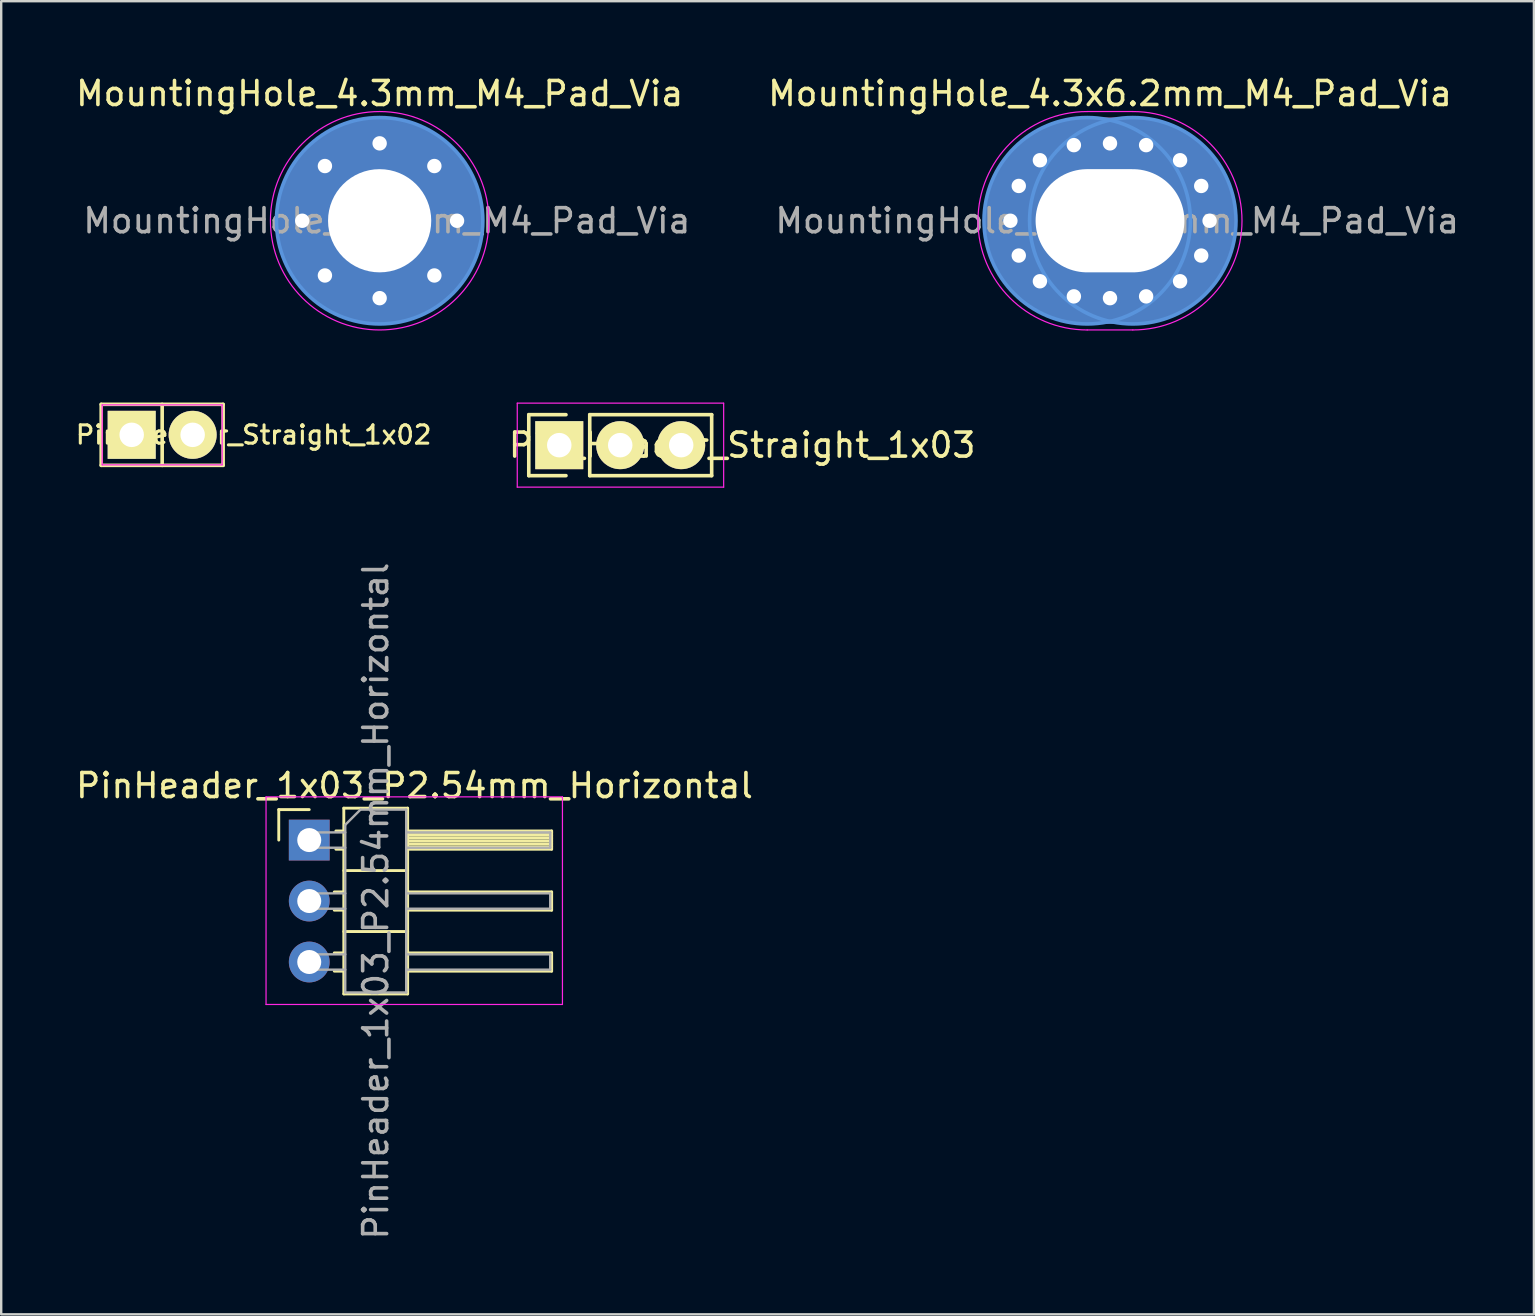
<source format=kicad_pcb>
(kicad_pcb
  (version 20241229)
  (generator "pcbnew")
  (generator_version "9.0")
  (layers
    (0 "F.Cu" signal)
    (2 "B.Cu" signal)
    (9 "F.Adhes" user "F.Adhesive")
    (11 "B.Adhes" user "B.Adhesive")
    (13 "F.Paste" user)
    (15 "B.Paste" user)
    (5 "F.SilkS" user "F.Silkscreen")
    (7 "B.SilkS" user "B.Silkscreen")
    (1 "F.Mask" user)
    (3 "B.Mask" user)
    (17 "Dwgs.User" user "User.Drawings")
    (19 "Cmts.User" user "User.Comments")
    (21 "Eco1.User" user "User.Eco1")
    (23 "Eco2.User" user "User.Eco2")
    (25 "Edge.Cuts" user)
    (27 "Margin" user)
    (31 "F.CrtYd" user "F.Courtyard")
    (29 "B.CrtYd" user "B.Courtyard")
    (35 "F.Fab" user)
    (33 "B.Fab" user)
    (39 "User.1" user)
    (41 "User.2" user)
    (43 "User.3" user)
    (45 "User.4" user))
  (footprint "MountingHole_4.3x6.2mm_M4_Pad_Via"
    (layer "F.Cu")
    (at 43.199 6.148)
    (property "Reference" "MountingHole_4.3x6.2mm_M4_Pad_Via" (at 0 -5.3 0) (layer "F.SilkS") (effects (font (size 1 1) (thickness 0.15))))
    (attr exclude_from_pos_files exclude_from_bom)
    (fp_circle (center -0.95 0) (end 3.35 0) (stroke (width 0.15) (type solid)) (fill no) (layer "Cmts.User"))
    (fp_circle (center 0.95 0) (end 5.25 0) (stroke (width 0.15) (type solid)) (fill no) (layer "Cmts.User"))
    (fp_line (start -0.95 -4.55) (end 0.95 -4.55) (stroke (width 0.05) (type solid)) (layer "F.CrtYd"))
    (fp_line (start 0.95 4.55) (end -0.95 4.55) (stroke (width 0.05) (type solid)) (layer "F.CrtYd"))
    (fp_arc (start -0.95 4.55) (mid -5.5 0) (end -0.95 -4.55) (stroke (width 0.05) (type solid)) (layer "F.CrtYd"))
    (fp_arc (start 0.95 -4.55) (mid 5.5 0) (end 0.95 4.55) (stroke (width 0.05) (type solid)) (layer "F.CrtYd"))
    (fp_text user "${REFERENCE}" (at 0.3 0 0) (layer "F.Fab") (effects (font (size 1 1) (thickness 0.15))))
    (pad "1" thru_hole circle (at -4.15 0) (size 0.9 0.9) (drill 0.6) (layers "*.Cu" "*.Mask"))
    (pad "1" thru_hole circle (at -3.801 -1.45) (size 0.9 0.9) (drill 0.6) (layers "*.Cu" "*.Mask"))
    (pad "1" thru_hole circle (at -3.801 1.45) (size 0.9 0.9) (drill 0.6) (layers "*.Cu" "*.Mask"))
    (pad "1" thru_hole circle (at -2.92 -2.521) (size 0.9 0.9) (drill 0.6) (layers "*.Cu" "*.Mask"))
    (pad "1" thru_hole circle (at -2.92 2.521) (size 0.9 0.9) (drill 0.6) (layers "*.Cu" "*.Mask"))
    (pad "1" thru_hole circle (at -1.505 -3.151) (size 0.9 0.9) (drill 0.6) (layers "*.Cu" "*.Mask"))
    (pad "1" thru_hole circle (at -1.505 3.151) (size 0.9 0.9) (drill 0.6) (layers "*.Cu" "*.Mask"))
    (pad "1" thru_hole circle (at 0 -3.225) (size 0.9 0.9) (drill 0.6) (layers "*.Cu" "*.Mask"))
    (pad "1" thru_hole oval (at 0 0) (size 10.4 8.6) (drill oval 6.2 4.3) (layers "*.Cu" "*.Mask"))
    (pad "1" thru_hole circle (at 0 3.225) (size 0.9 0.9) (drill 0.6) (layers "*.Cu" "*.Mask"))
    (pad "1" thru_hole circle (at 1.505 -3.151) (size 0.9 0.9) (drill 0.6) (layers "*.Cu" "*.Mask"))
    (pad "1" thru_hole circle (at 1.505 3.151) (size 0.9 0.9) (drill 0.6) (layers "*.Cu" "*.Mask"))
    (pad "1" thru_hole circle (at 2.92 -2.521) (size 0.9 0.9) (drill 0.6) (layers "*.Cu" "*.Mask"))
    (pad "1" thru_hole circle (at 2.92 2.521) (size 0.9 0.9) (drill 0.6) (layers "*.Cu" "*.Mask"))
    (pad "1" thru_hole circle (at 3.801 -1.45) (size 0.9 0.9) (drill 0.6) (layers "*.Cu" "*.Mask"))
    (pad "1" thru_hole circle (at 3.801 1.45) (size 0.9 0.9) (drill 0.6) (layers "*.Cu" "*.Mask"))
    (pad "1" thru_hole circle (at 4.15 0) (size 0.9 0.9) (drill 0.6) (layers "*.Cu" "*.Mask")))
  (footprint "Pin_Header_Straight_1x03"
    (layer "F.Cu")
    (at 22.792 15.498)
    (property "Reference" "Pin_Header_Straight_1x03" (at 5.08 0 0) (layer "F.SilkS") (effects (font (size 1 1) (thickness 0.15))))
    (attr through_hole)
    (fp_line (start -3.81 -1.27) (end -2.26 -1.27) (stroke (width 0.15) (type solid)) (layer "F.SilkS"))
    (fp_line (start -3.81 1.27) (end -3.81 -1.27) (stroke (width 0.15) (type solid)) (layer "F.SilkS"))
    (fp_line (start -2.26 1.27) (end -3.81 1.27) (stroke (width 0.15) (type solid)) (layer "F.SilkS"))
    (fp_line (start -1.27 -1.27) (end -1.27 1.27) (stroke (width 0.15) (type solid)) (layer "F.SilkS"))
    (fp_line (start -1.27 1.27) (end 3.81 1.27) (stroke (width 0.15) (type solid)) (layer "F.SilkS"))
    (fp_line (start 3.81 -1.27) (end -1.27 -1.27) (stroke (width 0.15) (type solid)) (layer "F.SilkS"))
    (fp_line (start 3.81 1.27) (end 3.81 -1.27) (stroke (width 0.15) (type solid)) (layer "F.SilkS"))
    (fp_line (start -4.29 -1.75) (end 4.31 -1.75) (stroke (width 0.05) (type solid)) (layer "F.CrtYd"))
    (fp_line (start -4.29 1.75) (end -4.29 -1.75) (stroke (width 0.05) (type solid)) (layer "F.CrtYd"))
    (fp_line (start -4.29 1.75) (end 4.31 1.75) (stroke (width 0.05) (type solid)) (layer "F.CrtYd"))
    (fp_line (start 4.31 1.75) (end 4.31 -1.75) (stroke (width 0.05) (type solid)) (layer "F.CrtYd"))
    (pad "1" thru_hole rect (at -2.54 0 90) (size 2 2) (drill 1.02) (layers "*.Cu" "*.Mask" "F.SilkS"))
    (pad "2" thru_hole circle (at 0 0 90) (size 2 2) (drill 1.02) (layers "*.Cu" "*.Mask" "F.SilkS"))
    (pad "3" thru_hole circle (at 2.54 0 90) (size 2 2) (drill 1.02) (layers "*.Cu" "*.Mask" "F.SilkS")))
  (footprint "MountingHole_4.3mm_M4_Pad_Via"
    (layer "F.Cu")
    (at 12.768 6.148)
    (property "Reference" "MountingHole_4.3mm_M4_Pad_Via" (at 0 -5.3 0) (layer "F.SilkS") (effects (font (size 1 1) (thickness 0.15))))
    (attr exclude_from_pos_files exclude_from_bom)
    (fp_circle (center 0 0) (end 4.3 0) (stroke (width 0.15) (type solid)) (fill no) (layer "Cmts.User"))
    (fp_circle (center 0 0) (end 4.55 0) (stroke (width 0.05) (type solid)) (fill no) (layer "F.CrtYd"))
    (fp_text user "${REFERENCE}" (at 0.3 0 0) (layer "F.Fab") (effects (font (size 1 1) (thickness 0.15))))
    (pad "1" thru_hole circle (at -3.225 0) (size 0.9 0.9) (drill 0.6) (layers "*.Cu" "*.Mask"))
    (pad "1" thru_hole circle (at -2.28 -2.28) (size 0.9 0.9) (drill 0.6) (layers "*.Cu" "*.Mask"))
    (pad "1" thru_hole circle (at -2.28 2.28) (size 0.9 0.9) (drill 0.6) (layers "*.Cu" "*.Mask"))
    (pad "1" thru_hole circle (at 0 -3.225) (size 0.9 0.9) (drill 0.6) (layers "*.Cu" "*.Mask"))
    (pad "1" thru_hole circle (at 0 0) (size 8.6 8.6) (drill 4.3) (layers "*.Cu" "*.Mask"))
    (pad "1" thru_hole circle (at 0 3.225) (size 0.9 0.9) (drill 0.6) (layers "*.Cu" "*.Mask"))
    (pad "1" thru_hole circle (at 2.28 -2.28) (size 0.9 0.9) (drill 0.6) (layers "*.Cu" "*.Mask"))
    (pad "1" thru_hole circle (at 2.28 2.28) (size 0.9 0.9) (drill 0.6) (layers "*.Cu" "*.Mask"))
    (pad "1" thru_hole circle (at 3.225 0) (size 0.9 0.9) (drill 0.6) (layers "*.Cu" "*.Mask")))
  (footprint "PinHeader_1x03_P2.54mm_Horizontal"
    (layer "F.Cu")
    (at 9.835 31.953)
    (property "Reference" "PinHeader_1x03_P2.54mm_Horizontal" (at 4.385 -2.27 0) (layer "F.SilkS") (effects (font (size 1 1) (thickness 0.15))))
    (attr through_hole)
    (fp_line (start -1.27 -1.27) (end 0 -1.27) (stroke (width 0.12) (type solid)) (layer "F.SilkS"))
    (fp_line (start -1.27 0) (end -1.27 -1.27) (stroke (width 0.12) (type solid)) (layer "F.SilkS"))
    (fp_line (start 1.043 2.16) (end 1.44 2.16) (stroke (width 0.12) (type solid)) (layer "F.SilkS"))
    (fp_line (start 1.043 2.92) (end 1.44 2.92) (stroke (width 0.12) (type solid)) (layer "F.SilkS"))
    (fp_line (start 1.043 4.7) (end 1.44 4.7) (stroke (width 0.12) (type solid)) (layer "F.SilkS"))
    (fp_line (start 1.043 5.46) (end 1.44 5.46) (stroke (width 0.12) (type solid)) (layer "F.SilkS"))
    (fp_line (start 1.11 -0.38) (end 1.44 -0.38) (stroke (width 0.12) (type solid)) (layer "F.SilkS"))
    (fp_line (start 1.11 0.38) (end 1.44 0.38) (stroke (width 0.12) (type solid)) (layer "F.SilkS"))
    (fp_line (start 1.44 -1.33) (end 1.44 6.41) (stroke (width 0.12) (type solid)) (layer "F.SilkS"))
    (fp_line (start 1.44 1.27) (end 4.1 1.27) (stroke (width 0.12) (type solid)) (layer "F.SilkS"))
    (fp_line (start 1.44 3.81) (end 4.1 3.81) (stroke (width 0.12) (type solid)) (layer "F.SilkS"))
    (fp_line (start 1.44 6.41) (end 4.1 6.41) (stroke (width 0.12) (type solid)) (layer "F.SilkS"))
    (fp_line (start 4.1 -1.33) (end 1.44 -1.33) (stroke (width 0.12) (type solid)) (layer "F.SilkS"))
    (fp_line (start 4.1 -0.38) (end 10.1 -0.38) (stroke (width 0.12) (type solid)) (layer "F.SilkS"))
    (fp_line (start 4.1 -0.32) (end 10.1 -0.32) (stroke (width 0.12) (type solid)) (layer "F.SilkS"))
    (fp_line (start 4.1 -0.2) (end 10.1 -0.2) (stroke (width 0.12) (type solid)) (layer "F.SilkS"))
    (fp_line (start 4.1 -0.08) (end 10.1 -0.08) (stroke (width 0.12) (type solid)) (layer "F.SilkS"))
    (fp_line (start 4.1 0.04) (end 10.1 0.04) (stroke (width 0.12) (type solid)) (layer "F.SilkS"))
    (fp_line (start 4.1 0.16) (end 10.1 0.16) (stroke (width 0.12) (type solid)) (layer "F.SilkS"))
    (fp_line (start 4.1 0.28) (end 10.1 0.28) (stroke (width 0.12) (type solid)) (layer "F.SilkS"))
    (fp_line (start 4.1 2.16) (end 10.1 2.16) (stroke (width 0.12) (type solid)) (layer "F.SilkS"))
    (fp_line (start 4.1 4.7) (end 10.1 4.7) (stroke (width 0.12) (type solid)) (layer "F.SilkS"))
    (fp_line (start 4.1 6.41) (end 4.1 -1.33) (stroke (width 0.12) (type solid)) (layer "F.SilkS"))
    (fp_line (start 10.1 -0.38) (end 10.1 0.38) (stroke (width 0.12) (type solid)) (layer "F.SilkS"))
    (fp_line (start 10.1 0.38) (end 4.1 0.38) (stroke (width 0.12) (type solid)) (layer "F.SilkS"))
    (fp_line (start 10.1 2.16) (end 10.1 2.92) (stroke (width 0.12) (type solid)) (layer "F.SilkS"))
    (fp_line (start 10.1 2.92) (end 4.1 2.92) (stroke (width 0.12) (type solid)) (layer "F.SilkS"))
    (fp_line (start 10.1 4.7) (end 10.1 5.46) (stroke (width 0.12) (type solid)) (layer "F.SilkS"))
    (fp_line (start 10.1 5.46) (end 4.1 5.46) (stroke (width 0.12) (type solid)) (layer "F.SilkS"))
    (fp_line (start -1.8 -1.8) (end -1.8 6.85) (stroke (width 0.05) (type solid)) (layer "F.CrtYd"))
    (fp_line (start -1.8 6.85) (end 10.55 6.85) (stroke (width 0.05) (type solid)) (layer "F.CrtYd"))
    (fp_line (start 10.55 -1.8) (end -1.8 -1.8) (stroke (width 0.05) (type solid)) (layer "F.CrtYd"))
    (fp_line (start 10.55 6.85) (end 10.55 -1.8) (stroke (width 0.05) (type solid)) (layer "F.CrtYd"))
    (fp_line (start -0.32 -0.32) (end -0.32 0.32) (stroke (width 0.1) (type solid)) (layer "F.Fab"))
    (fp_line (start -0.32 -0.32) (end 1.5 -0.32) (stroke (width 0.1) (type solid)) (layer "F.Fab"))
    (fp_line (start -0.32 0.32) (end 1.5 0.32) (stroke (width 0.1) (type solid)) (layer "F.Fab"))
    (fp_line (start -0.32 2.22) (end -0.32 2.86) (stroke (width 0.1) (type solid)) (layer "F.Fab"))
    (fp_line (start -0.32 2.22) (end 1.5 2.22) (stroke (width 0.1) (type solid)) (layer "F.Fab"))
    (fp_line (start -0.32 2.86) (end 1.5 2.86) (stroke (width 0.1) (type solid)) (layer "F.Fab"))
    (fp_line (start -0.32 4.76) (end -0.32 5.4) (stroke (width 0.1) (type solid)) (layer "F.Fab"))
    (fp_line (start -0.32 4.76) (end 1.5 4.76) (stroke (width 0.1) (type solid)) (layer "F.Fab"))
    (fp_line (start -0.32 5.4) (end 1.5 5.4) (stroke (width 0.1) (type solid)) (layer "F.Fab"))
    (fp_line (start 1.5 -0.635) (end 2.135 -1.27) (stroke (width 0.1) (type solid)) (layer "F.Fab"))
    (fp_line (start 1.5 6.35) (end 1.5 -0.635) (stroke (width 0.1) (type solid)) (layer "F.Fab"))
    (fp_line (start 2.135 -1.27) (end 4.04 -1.27) (stroke (width 0.1) (type solid)) (layer "F.Fab"))
    (fp_line (start 4.04 -1.27) (end 4.04 6.35) (stroke (width 0.1) (type solid)) (layer "F.Fab"))
    (fp_line (start 4.04 -0.32) (end 10.04 -0.32) (stroke (width 0.1) (type solid)) (layer "F.Fab"))
    (fp_line (start 4.04 0.32) (end 10.04 0.32) (stroke (width 0.1) (type solid)) (layer "F.Fab"))
    (fp_line (start 4.04 2.22) (end 10.04 2.22) (stroke (width 0.1) (type solid)) (layer "F.Fab"))
    (fp_line (start 4.04 2.86) (end 10.04 2.86) (stroke (width 0.1) (type solid)) (layer "F.Fab"))
    (fp_line (start 4.04 4.76) (end 10.04 4.76) (stroke (width 0.1) (type solid)) (layer "F.Fab"))
    (fp_line (start 4.04 5.4) (end 10.04 5.4) (stroke (width 0.1) (type solid)) (layer "F.Fab"))
    (fp_line (start 4.04 6.35) (end 1.5 6.35) (stroke (width 0.1) (type solid)) (layer "F.Fab"))
    (fp_line (start 10.04 -0.32) (end 10.04 0.32) (stroke (width 0.1) (type solid)) (layer "F.Fab"))
    (fp_line (start 10.04 2.22) (end 10.04 2.86) (stroke (width 0.1) (type solid)) (layer "F.Fab"))
    (fp_line (start 10.04 4.76) (end 10.04 5.4) (stroke (width 0.1) (type solid)) (layer "F.Fab"))
    (fp_text user "${REFERENCE}" (at 2.77 2.54 90) (layer "F.Fab") (effects (font (size 1 1) (thickness 0.15))))
    (pad "1" thru_hole rect (at 0 0) (size 1.7 1.7) (drill 1) (layers "*.Cu" "*.Mask"))
    (pad "2" thru_hole oval (at 0 2.54) (size 1.7 1.7) (drill 1) (layers "*.Cu" "*.Mask"))
    (pad "3" thru_hole oval (at 0 5.08) (size 1.7 1.7) (drill 1) (layers "*.Cu" "*.Mask")))
  (footprint "Pin_Header_Straight_1x02"
    (layer "F.Cu")
    (at 3.707 15.068)
    (property "Reference" "Pin_Header_Straight_1x02" (at 3.81 0 0) (layer "F.SilkS") (effects (font (size 0.762 0.762) (thickness 0.127))))
    (attr through_hole)
    (fp_line (start -2.54 -1.27) (end -2.54 1.27) (stroke (width 0.15) (type solid)) (layer "F.SilkS"))
    (fp_line (start -2.54 1.27) (end 0 1.27) (stroke (width 0.15) (type solid)) (layer "F.SilkS"))
    (fp_line (start 0 -1.27) (end 0 1.27) (stroke (width 0.15) (type solid)) (layer "F.SilkS"))
    (fp_line (start 0 1.27) (end 2.54 1.27) (stroke (width 0.15) (type solid)) (layer "F.SilkS"))
    (fp_line (start 2.54 -1.27) (end -2.54 -1.27) (stroke (width 0.15) (type solid)) (layer "F.SilkS"))
    (fp_line (start 2.54 1.27) (end 2.54 -1.27) (stroke (width 0.15) (type solid)) (layer "F.SilkS"))
    (fp_line (start -2.5 -1.25) (end 2.5 -1.25) (stroke (width 0.05) (type solid)) (layer "F.CrtYd"))
    (fp_line (start -2.5 1.25) (end -2.5 -1.25) (stroke (width 0.05) (type solid)) (layer "F.CrtYd"))
    (fp_line (start 2.5 -1.25) (end 2.5 1.25) (stroke (width 0.05) (type solid)) (layer "F.CrtYd"))
    (fp_line (start 2.5 1.25) (end -2.5 1.25) (stroke (width 0.05) (type solid)) (layer "F.CrtYd"))
    (pad "1" thru_hole rect (at -1.27 0) (size 2 2) (drill 1.02) (layers "*.Cu" "*.Mask" "F.SilkS"))
    (pad "2" thru_hole oval (at 1.27 0) (size 2 2) (drill 1.02) (layers "*.Cu" "*.Mask" "F.SilkS")))
  (gr_rect
    (start -3 -3)
    (end 60.862 51.714)
    (stroke (width 0.1) (type default))
    (fill no)
    (layer "Edge.Cuts")))
</source>
